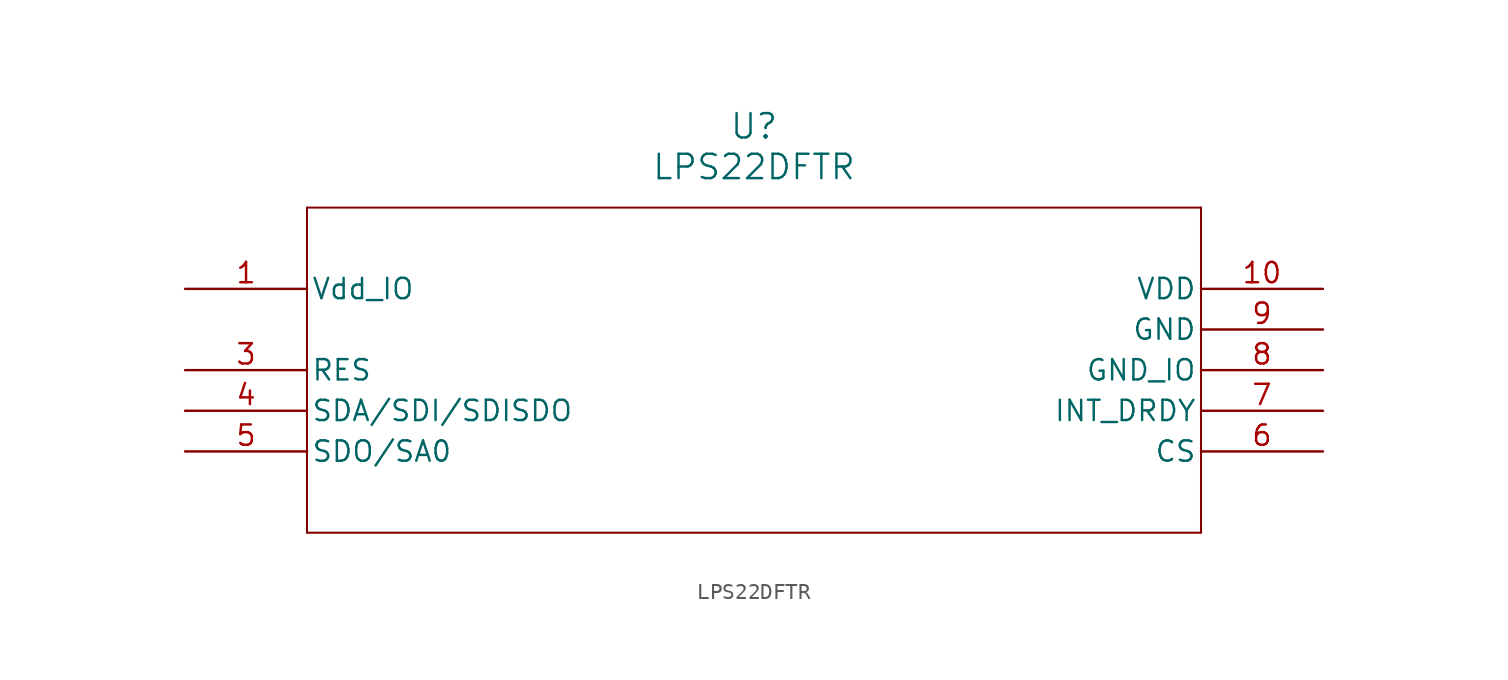
<source format=kicad_sym>
(kicad_symbol_lib
  (version 20211014)
  (generator kicad_symbol_editor)
  (symbol "LPS22DFTR"
    (pin_names
      (offset 0.254))
    (property "Reference" "U"
      (at 35.56 10.16 0)
      (effects (font (size 1.524 1.524))))
    (property "Value" "LPS22DFTR"
      (at 35.56 7.62 0)
      (effects (font (size 1.524 1.524))))
    (symbol "LPS22DFTR_0_1"
      (polyline (pts (xy 7.62 5.08) (xy 7.62 -15.24)) (stroke (width 0.127) (type default) (color 0 0 0 0)) (fill (type none)))
      (polyline (pts (xy 7.62 -15.24) (xy 63.5 -15.24)) (stroke (width 0.127) (type default) (color 0 0 0 0)) (fill (type none)))
      (polyline (pts (xy 63.5 -15.24) (xy 63.5 5.08)) (stroke (width 0.127) (type default) (color 0 0 0 0)) (fill (type none)))
      (polyline (pts (xy 63.5 5.08) (xy 7.62 5.08)) (stroke (width 0.127) (type default) (color 0 0 0 0)) (fill (type none)))
      (pin power_in line (at 0 0 0) (length 7.62) (name "Vdd_IO" (effects (font (size 1.27 1.27)))) (number "1" (effects (font (size 1.27 1.27)))))
      (pin unspecified line (at 0 -5.08 0) (length 7.62) (name "RES" (effects (font (size 1.27 1.27)))) (number "3" (effects (font (size 1.27 1.27)))))
      (pin unspecified line (at 0 -7.62 0) (length 7.62) (name "SDA/SDI/SDISDO" (effects (font (size 1.27 1.27)))) (number "4" (effects (font (size 1.27 1.27)))))
      (pin unspecified line (at 0 -10.16 0) (length 7.62) (name "SDO/SA0" (effects (font (size 1.27 1.27)))) (number "5" (effects (font (size 1.27 1.27)))))
      (pin unspecified line (at 71.12 -10.16 180) (length 7.62) (name "CS" (effects (font (size 1.27 1.27)))) (number "6" (effects (font (size 1.27 1.27)))))
      (pin input line (at 71.12 -7.62 180) (length 7.62) (name "INT_DRDY" (effects (font (size 1.27 1.27)))) (number "7" (effects (font (size 1.27 1.27)))))
      (pin power_out line (at 71.12 -5.08 180) (length 7.62) (name "GND_IO" (effects (font (size 1.27 1.27)))) (number "8" (effects (font (size 1.27 1.27)))))
      (pin power_out line (at 71.12 -2.54 180) (length 7.62) (name "GND" (effects (font (size 1.27 1.27)))) (number "9" (effects (font (size 1.27 1.27)))))
      (pin power_in line (at 71.12 0 180) (length 7.62) (name "VDD" (effects (font (size 1.27 1.27)))) (number "10" (effects (font (size 1.27 1.27))))))))
</source>
